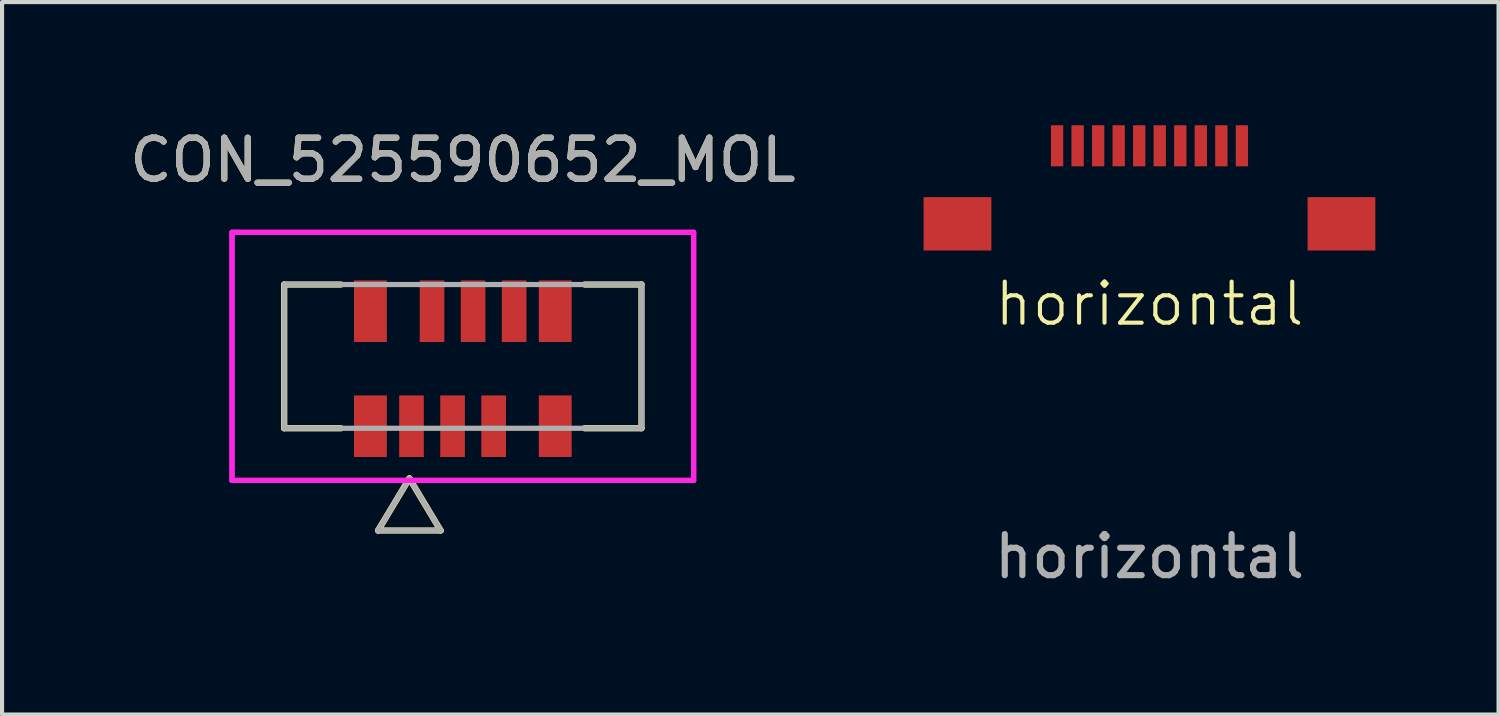
<source format=kicad_pcb>
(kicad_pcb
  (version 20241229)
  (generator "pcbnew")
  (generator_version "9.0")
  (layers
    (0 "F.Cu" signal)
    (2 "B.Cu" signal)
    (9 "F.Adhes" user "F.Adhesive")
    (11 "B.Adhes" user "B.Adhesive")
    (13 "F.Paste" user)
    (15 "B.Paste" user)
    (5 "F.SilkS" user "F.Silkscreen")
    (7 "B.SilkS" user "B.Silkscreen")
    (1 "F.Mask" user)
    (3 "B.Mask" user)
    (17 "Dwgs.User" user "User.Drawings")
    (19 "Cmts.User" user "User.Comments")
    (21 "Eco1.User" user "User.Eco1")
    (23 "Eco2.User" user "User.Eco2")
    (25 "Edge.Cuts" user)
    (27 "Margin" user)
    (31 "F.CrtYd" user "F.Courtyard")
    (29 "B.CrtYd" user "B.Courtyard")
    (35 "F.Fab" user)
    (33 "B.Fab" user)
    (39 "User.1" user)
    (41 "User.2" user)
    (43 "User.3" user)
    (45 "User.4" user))
  (footprint "CON_525590652_MOL"
    (layer "F.Cu")
    (at 8.22 5.928)
    (property "Reference" "CON_525590652_MOL" (at 0 -5.08 0) (unlocked yes) (layer "F.SilkS") (effects (font (size 1 1) (thickness 0.15))))
    (attr smd)
    (fp_line (start -4.35 -2.05) (end -4.35 1.45) (stroke (width 0.152) (type solid)) (layer "F.SilkS"))
    (fp_line (start -4.35 1.45) (end -2.967 1.45) (stroke (width 0.152) (type solid)) (layer "F.SilkS"))
    (fp_line (start -2.967 -2.05) (end -4.35 -2.05) (stroke (width 0.152) (type solid)) (layer "F.SilkS"))
    (fp_line (start -2.064 3.94) (end -1.302 2.67) (stroke (width 0.152) (type solid)) (layer "F.SilkS"))
    (fp_line (start -2.064 3.94) (end -0.54 3.94) (stroke (width 0.152) (type solid)) (layer "F.SilkS"))
    (fp_line (start -0.54 3.94) (end -1.302 2.67) (stroke (width 0.152) (type solid)) (layer "F.SilkS"))
    (fp_line (start 2.967 1.45) (end 4.35 1.45) (stroke (width 0.152) (type solid)) (layer "F.SilkS"))
    (fp_line (start 4.35 -2.05) (end 2.967 -2.05) (stroke (width 0.152) (type solid)) (layer "F.SilkS"))
    (fp_line (start 4.35 1.45) (end 4.35 -2.05) (stroke (width 0.152) (type solid)) (layer "F.SilkS"))
    (fp_line (start -5.62 -3.32) (end -5.62 2.72) (stroke (width 0.127) (type solid)) (layer "F.CrtYd"))
    (fp_line (start -5.62 -3.32) (end -5.62 2.72) (stroke (width 0.127) (type solid)) (layer "F.CrtYd"))
    (fp_line (start -5.62 2.72) (end 5.62 2.72) (stroke (width 0.127) (type solid)) (layer "F.CrtYd"))
    (fp_line (start -5.62 2.72) (end 5.62 2.72) (stroke (width 0.127) (type solid)) (layer "F.CrtYd"))
    (fp_line (start 5.62 -3.32) (end -5.62 -3.32) (stroke (width 0.127) (type solid)) (layer "F.CrtYd"))
    (fp_line (start 5.62 -3.32) (end -5.62 -3.32) (stroke (width 0.127) (type solid)) (layer "F.CrtYd"))
    (fp_line (start 5.62 2.72) (end 5.62 -3.32) (stroke (width 0.127) (type solid)) (layer "F.CrtYd"))
    (fp_line (start 5.62 2.72) (end 5.62 -3.32) (stroke (width 0.127) (type solid)) (layer "F.CrtYd"))
    (fp_line (start -4.35 -2.05) (end -4.35 1.45) (stroke (width 0.127) (type solid)) (layer "F.Fab"))
    (fp_line (start -4.35 1.45) (end 4.35 1.45) (stroke (width 0.127) (type solid)) (layer "F.Fab"))
    (fp_line (start -2.064 3.94) (end -1.302 2.67) (stroke (width 0.127) (type solid)) (layer "F.Fab"))
    (fp_line (start -2.064 3.94) (end -0.54 3.94) (stroke (width 0.127) (type solid)) (layer "F.Fab"))
    (fp_line (start -0.54 3.94) (end -1.302 2.67) (stroke (width 0.127) (type solid)) (layer "F.Fab"))
    (fp_line (start 4.35 -2.05) (end -4.35 -2.05) (stroke (width 0.127) (type solid)) (layer "F.Fab"))
    (fp_line (start 4.35 1.45) (end 4.35 -2.05) (stroke (width 0.127) (type solid)) (layer "F.Fab"))
    (fp_text user "${REFERENCE}" (at 0 -5.08 0) (unlocked yes) (layer "F.Fab") (effects (font (size 1 1) (thickness 0.15))))
    (pad "1" smd rect (at -1.25 1.4) (size 0.6 1.5) (layers "F.Cu" "F.Mask" "F.Paste"))
    (pad "2" smd rect (at -0.75 -1.4) (size 0.6 1.5) (layers "F.Cu" "F.Mask" "F.Paste"))
    (pad "3" smd rect (at -0.25 1.4) (size 0.6 1.5) (layers "F.Cu" "F.Mask" "F.Paste"))
    (pad "4" smd rect (at -2.25 -1.4) (size 0.8 1.5) (layers "F.Cu" "F.Mask" "F.Paste"))
    (pad "4" smd rect (at -2.25 1.4) (size 0.8 1.5) (layers "F.Cu" "F.Mask" "F.Paste"))
    (pad "4" smd rect (at 0.25 -1.4) (size 0.6 1.5) (layers "F.Cu" "F.Mask" "F.Paste"))
    (pad "4" smd rect (at 2.25 -1.4) (size 0.8 1.5) (layers "F.Cu" "F.Mask" "F.Paste"))
    (pad "4" smd rect (at 2.25 1.4) (size 0.8 1.5) (layers "F.Cu" "F.Mask" "F.Paste"))
    (pad "5" smd rect (at 0.75 1.4) (size 0.6 1.5) (layers "F.Cu" "F.Mask" "F.Paste"))
    (pad "6" smd rect (at 1.25 -1.4) (size 0.6 1.5) (layers "F.Cu" "F.Mask" "F.Paste")))
  (footprint "horizontal"
    (layer "F.Cu")
    (at 24.94 1)
    (property "Reference" "horizontal" (at 0 3.35 0) (unlocked yes) (layer "F.SilkS") (effects (font (size 1 1) (thickness 0.1))))
    (attr smd)
    (fp_text user "${REFERENCE}" (at 0 9.5 0) (unlocked yes) (layer "F.Fab") (effects (font (size 1 1) (thickness 0.15))))
    (pad "1" smd rect (at -1.25 -0.5) (size 0.3 1) (layers "F.Cu" "F.Mask" "F.Paste"))
    (pad "2" smd rect (at -0.75 -0.5) (size 0.3 1) (layers "F.Cu" "F.Mask" "F.Paste"))
    (pad "3" smd rect (at -0.25 -0.5) (size 0.3 1) (layers "F.Cu" "F.Mask" "F.Paste"))
    (pad "4" smd rect (at -4.675 1.4) (size 1.65 1.3) (layers "F.Cu" "F.Mask" "F.Paste"))
    (pad "4" smd rect (at -2.25 -0.5) (size 0.3 1) (layers "F.Cu" "F.Mask" "F.Paste"))
    (pad "4" smd rect (at -1.75 -0.5) (size 0.3 1) (layers "F.Cu" "F.Mask" "F.Paste"))
    (pad "4" smd rect (at 0.25 -0.5) (size 0.3 1) (layers "F.Cu" "F.Mask" "F.Paste"))
    (pad "4" smd rect (at 1.75 -0.5) (size 0.3 1) (layers "F.Cu" "F.Mask" "F.Paste"))
    (pad "4" smd rect (at 2.25 -0.5) (size 0.3 1) (layers "F.Cu" "F.Mask" "F.Paste"))
    (pad "4" smd rect (at 4.675 1.4) (size 1.65 1.3) (layers "F.Cu" "F.Mask" "F.Paste"))
    (pad "5" smd rect (at 0.75 -0.5) (size 0.3 1) (layers "F.Cu" "F.Mask" "F.Paste"))
    (pad "6" smd rect (at 1.25 -0.5) (size 0.3 1) (layers "F.Cu" "F.Mask" "F.Paste")))
  (gr_rect
    (start -3 -3)
    (end 33.44 14.348)
    (stroke (width 0.1) (type default))
    (fill no)
    (layer "Edge.Cuts")))
</source>
